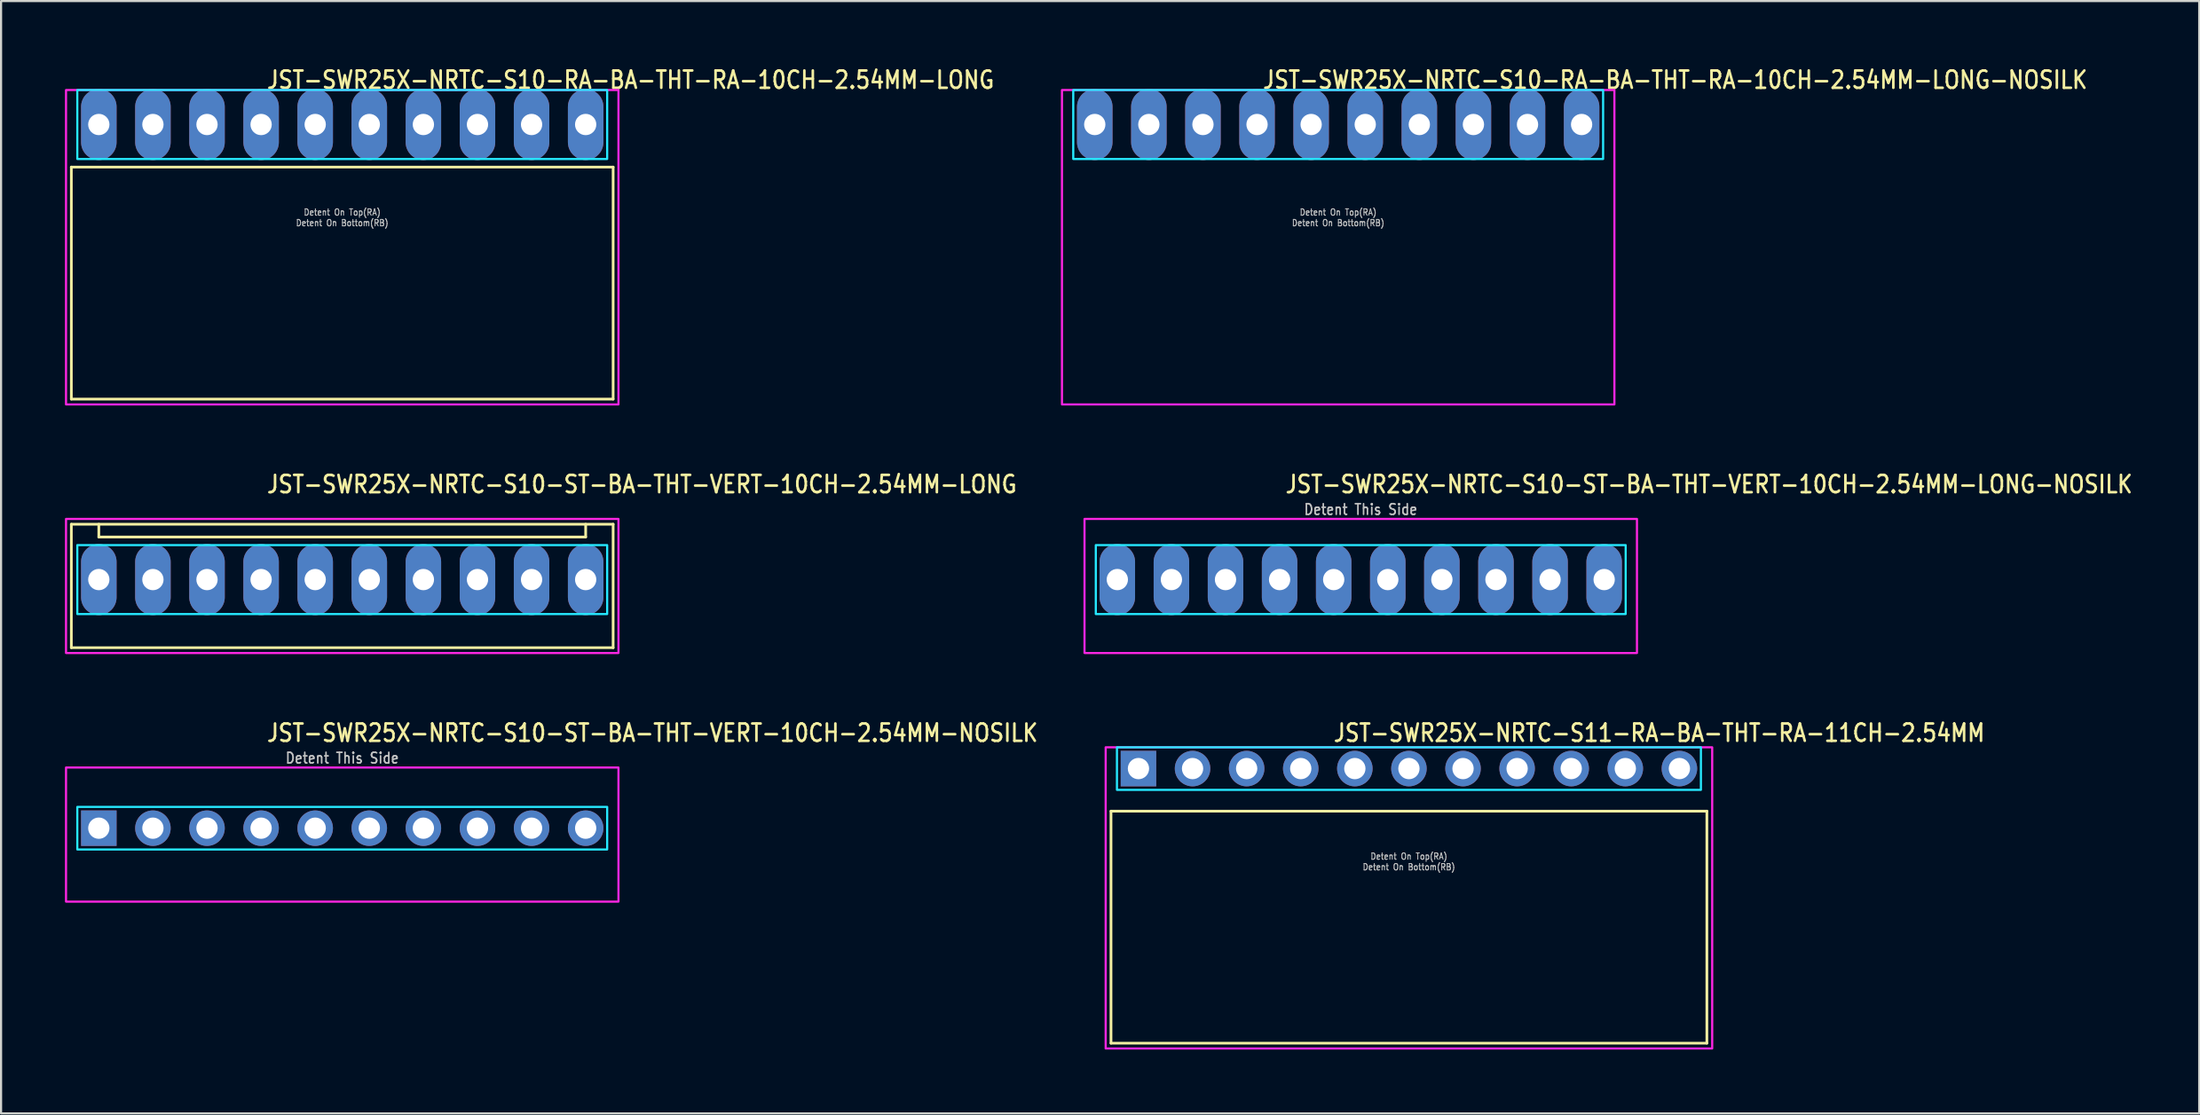
<source format=kicad_pcb>
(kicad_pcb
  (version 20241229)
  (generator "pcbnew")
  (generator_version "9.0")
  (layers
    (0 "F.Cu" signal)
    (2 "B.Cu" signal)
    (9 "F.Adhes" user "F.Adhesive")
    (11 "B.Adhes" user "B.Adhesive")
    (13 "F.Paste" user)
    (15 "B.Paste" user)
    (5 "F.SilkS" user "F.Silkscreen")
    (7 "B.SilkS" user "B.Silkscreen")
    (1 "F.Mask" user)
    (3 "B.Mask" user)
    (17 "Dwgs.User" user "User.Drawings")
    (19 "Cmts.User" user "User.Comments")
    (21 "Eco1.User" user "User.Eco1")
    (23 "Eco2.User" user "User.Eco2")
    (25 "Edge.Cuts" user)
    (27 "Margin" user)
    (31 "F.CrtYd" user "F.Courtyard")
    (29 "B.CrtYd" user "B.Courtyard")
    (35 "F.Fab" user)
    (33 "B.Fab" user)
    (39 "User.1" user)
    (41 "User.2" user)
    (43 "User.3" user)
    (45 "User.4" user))
  (footprint "JST-SWR25X-NRTC-S10-RA-BA-THT-RA-10CH-2.54MM-LONG"
    (layer "F.Cu")
    (at 13.02 2.799)
    (property "Reference" "JST-SWR25X-NRTC-S10-RA-BA-THT-RA-10CH-2.54MM-LONG" (at -3.6 -1.62 0) (unlocked yes) (layer "F.SilkS") (effects (font (size 0.813 0.695) (thickness 0.122)) (justify left bottom)))
    (fp_line (start -12.72 2) (end 12.72 2) (stroke (width 0.127) (type solid)) (layer "F.SilkS"))
    (fp_line (start -12.72 12.9) (end -12.72 2) (stroke (width 0.127) (type solid)) (layer "F.SilkS"))
    (fp_line (start -12.72 12.9) (end 12.72 12.9) (stroke (width 0.127) (type solid)) (layer "F.SilkS"))
    (fp_line (start 12.72 2) (end 12.72 12.9) (stroke (width 0.127) (type solid)) (layer "F.SilkS"))
    (fp_poly (pts (xy -12.44 -1.62) (xy -12.44 1.62) (xy 12.44 1.62) (xy 12.44 -1.62)) (stroke (width 0.1) (type solid)) (fill no) (layer "B.CrtYd"))
    (fp_poly (pts (xy -12.97 -1.62) (xy -12.97 13.15) (xy 12.97 13.15) (xy 12.97 -1.62)) (stroke (width 0.1) (type solid)) (fill no) (layer "F.CrtYd"))
    (fp_text user "Detent On Top(RA)" (at 0 4.3 0) (unlocked yes) (layer "Dwgs.User") (effects (font (size 0.3 0.257) (thickness 0.045)) (justify bottom)))
    (fp_text user "Detent On Bottom(RB)" (at 0 4.8 0) (unlocked yes) (layer "Dwgs.User") (effects (font (size 0.3 0.257) (thickness 0.045)) (justify bottom)))
    (pad "P$1" thru_hole oval (at -11.43 0 90) (size 3.333 1.667) (drill 1) (layers "*.Cu" "*.Mask"))
    (pad "P$2" thru_hole oval (at -8.89 0 90) (size 3.333 1.667) (drill 1) (layers "*.Cu" "*.Mask"))
    (pad "P$3" thru_hole oval (at -6.35 0 90) (size 3.333 1.667) (drill 1) (layers "*.Cu" "*.Mask"))
    (pad "P$4" thru_hole oval (at -3.81 0 90) (size 3.333 1.667) (drill 1) (layers "*.Cu" "*.Mask"))
    (pad "P$5" thru_hole oval (at -1.27 0 90) (size 3.333 1.667) (drill 1) (layers "*.Cu" "*.Mask"))
    (pad "P$6" thru_hole oval (at 1.27 0 90) (size 3.333 1.667) (drill 1) (layers "*.Cu" "*.Mask"))
    (pad "P$7" thru_hole oval (at 3.81 0 90) (size 3.333 1.667) (drill 1) (layers "*.Cu" "*.Mask"))
    (pad "P$8" thru_hole oval (at 6.35 0 90) (size 3.333 1.667) (drill 1) (layers "*.Cu" "*.Mask"))
    (pad "P$9" thru_hole oval (at 8.89 0 90) (size 3.333 1.667) (drill 1) (layers "*.Cu" "*.Mask"))
    (pad "P$10" thru_hole oval (at 11.43 0 90) (size 3.333 1.667) (drill 1) (layers "*.Cu" "*.Mask")))
  (footprint "JST-SWR25X-NRTC-S10-ST-BA-THT-VERT-10CH-2.54MM-LONG"
    (layer "F.Cu")
    (at 13.02 24.177)
    (property "Reference" "JST-SWR25X-NRTC-S10-ST-BA-THT-VERT-10CH-2.54MM-LONG" (at -3.6 -4 0) (unlocked yes) (layer "F.SilkS") (effects (font (size 0.813 0.695) (thickness 0.122)) (justify left bottom)))
    (fp_line (start -12.72 -2.6) (end 12.72 -2.6) (stroke (width 0.127) (type solid)) (layer "F.SilkS"))
    (fp_line (start -12.72 3.2) (end -12.72 -2.6) (stroke (width 0.127) (type solid)) (layer "F.SilkS"))
    (fp_line (start -12.72 3.2) (end 12.72 3.2) (stroke (width 0.127) (type solid)) (layer "F.SilkS"))
    (fp_line (start -11.43 -2.6) (end -11.43 -2) (stroke (width 0.127) (type solid)) (layer "F.SilkS"))
    (fp_line (start -11.43 -2) (end 11.43 -2) (stroke (width 0.127) (type solid)) (layer "F.SilkS"))
    (fp_line (start 11.43 -2.6) (end 11.43 -2) (stroke (width 0.127) (type solid)) (layer "F.SilkS"))
    (fp_line (start 12.72 -2.6) (end 12.72 3.2) (stroke (width 0.127) (type solid)) (layer "F.SilkS"))
    (fp_poly (pts (xy -12.44 -1.62) (xy -12.44 1.62) (xy 12.44 1.62) (xy 12.44 -1.62)) (stroke (width 0.1) (type solid)) (fill no) (layer "B.CrtYd"))
    (fp_poly (pts (xy -12.97 -2.85) (xy -12.97 3.45) (xy 12.97 3.45) (xy 12.97 -2.85)) (stroke (width 0.1) (type solid)) (fill no) (layer "F.CrtYd"))
    (pad "P$1" thru_hole oval (at -11.43 0 90) (size 3.333 1.667) (drill 1) (layers "*.Cu" "*.Mask"))
    (pad "P$2" thru_hole oval (at -8.89 0 90) (size 3.333 1.667) (drill 1) (layers "*.Cu" "*.Mask"))
    (pad "P$3" thru_hole oval (at -6.35 0 90) (size 3.333 1.667) (drill 1) (layers "*.Cu" "*.Mask"))
    (pad "P$4" thru_hole oval (at -3.81 0 90) (size 3.333 1.667) (drill 1) (layers "*.Cu" "*.Mask"))
    (pad "P$5" thru_hole oval (at -1.27 0 90) (size 3.333 1.667) (drill 1) (layers "*.Cu" "*.Mask"))
    (pad "P$6" thru_hole oval (at 1.27 0 90) (size 3.333 1.667) (drill 1) (layers "*.Cu" "*.Mask"))
    (pad "P$7" thru_hole oval (at 3.81 0 90) (size 3.333 1.667) (drill 1) (layers "*.Cu" "*.Mask"))
    (pad "P$8" thru_hole oval (at 6.35 0 90) (size 3.333 1.667) (drill 1) (layers "*.Cu" "*.Mask"))
    (pad "P$9" thru_hole oval (at 8.89 0 90) (size 3.333 1.667) (drill 1) (layers "*.Cu" "*.Mask"))
    (pad "P$10" thru_hole oval (at 11.43 0 90) (size 3.333 1.667) (drill 1) (layers "*.Cu" "*.Mask")))
  (footprint "JST-SWR25X-NRTC-S10-RA-BA-THT-RA-10CH-2.54MM-LONG-NOSILK"
    (layer "F.Cu")
    (at 59.785 2.799)
    (property "Reference" "JST-SWR25X-NRTC-S10-RA-BA-THT-RA-10CH-2.54MM-LONG-NOSILK" (at -3.6 -1.62 0) (unlocked yes) (layer "F.SilkS") (effects (font (size 0.813 0.695) (thickness 0.122)) (justify left bottom)))
    (fp_poly (pts (xy -12.44 -1.62) (xy -12.44 1.62) (xy 12.44 1.62) (xy 12.44 -1.62)) (stroke (width 0.1) (type solid)) (fill no) (layer "B.CrtYd"))
    (fp_poly (pts (xy -12.97 -1.62) (xy -12.97 13.15) (xy 12.97 13.15) (xy 12.97 -1.62)) (stroke (width 0.1) (type solid)) (fill no) (layer "F.CrtYd"))
    (fp_text user "Detent On Bottom(RB)" (at 0 4.8 0) (unlocked yes) (layer "Dwgs.User") (effects (font (size 0.3 0.257) (thickness 0.045)) (justify bottom)))
    (fp_text user "Detent On Top(RA)" (at 0 4.3 0) (unlocked yes) (layer "Dwgs.User") (effects (font (size 0.3 0.257) (thickness 0.045)) (justify bottom)))
    (pad "P$1" thru_hole oval (at -11.43 0 90) (size 3.333 1.667) (drill 1) (layers "*.Cu" "*.Mask"))
    (pad "P$2" thru_hole oval (at -8.89 0 90) (size 3.333 1.667) (drill 1) (layers "*.Cu" "*.Mask"))
    (pad "P$3" thru_hole oval (at -6.35 0 90) (size 3.333 1.667) (drill 1) (layers "*.Cu" "*.Mask"))
    (pad "P$4" thru_hole oval (at -3.81 0 90) (size 3.333 1.667) (drill 1) (layers "*.Cu" "*.Mask"))
    (pad "P$5" thru_hole oval (at -1.27 0 90) (size 3.333 1.667) (drill 1) (layers "*.Cu" "*.Mask"))
    (pad "P$6" thru_hole oval (at 1.27 0 90) (size 3.333 1.667) (drill 1) (layers "*.Cu" "*.Mask"))
    (pad "P$7" thru_hole oval (at 3.81 0 90) (size 3.333 1.667) (drill 1) (layers "*.Cu" "*.Mask"))
    (pad "P$8" thru_hole oval (at 6.35 0 90) (size 3.333 1.667) (drill 1) (layers "*.Cu" "*.Mask"))
    (pad "P$9" thru_hole oval (at 8.89 0 90) (size 3.333 1.667) (drill 1) (layers "*.Cu" "*.Mask"))
    (pad "P$10" thru_hole oval (at 11.43 0 90) (size 3.333 1.667) (drill 1) (layers "*.Cu" "*.Mask")))
  (footprint "JST-SWR25X-NRTC-S10-ST-BA-THT-VERT-10CH-2.54MM-LONG-NOSILK"
    (layer "F.Cu")
    (at 60.844 24.177)
    (property "Reference" "JST-SWR25X-NRTC-S10-ST-BA-THT-VERT-10CH-2.54MM-LONG-NOSILK" (at -3.6 -4 0) (unlocked yes) (layer "F.SilkS") (effects (font (size 0.813 0.695) (thickness 0.122)) (justify left bottom)))
    (fp_poly (pts (xy -12.44 -1.62) (xy -12.44 1.62) (xy 12.44 1.62) (xy 12.44 -1.62)) (stroke (width 0.1) (type solid)) (fill no) (layer "B.CrtYd"))
    (fp_poly (pts (xy -12.97 -2.85) (xy -12.97 3.45) (xy 12.97 3.45) (xy 12.97 -2.85)) (stroke (width 0.1) (type solid)) (fill no) (layer "F.CrtYd"))
    (fp_text user "Detent This Side" (at 0 -3 0) (unlocked yes) (layer "Dwgs.User") (effects (font (size 0.5 0.427) (thickness 0.075)) (justify bottom)))
    (pad "P$1" thru_hole oval (at -11.43 0 90) (size 3.333 1.667) (drill 1) (layers "*.Cu" "*.Mask"))
    (pad "P$2" thru_hole oval (at -8.89 0 90) (size 3.333 1.667) (drill 1) (layers "*.Cu" "*.Mask"))
    (pad "P$3" thru_hole oval (at -6.35 0 90) (size 3.333 1.667) (drill 1) (layers "*.Cu" "*.Mask"))
    (pad "P$4" thru_hole oval (at -3.81 0 90) (size 3.333 1.667) (drill 1) (layers "*.Cu" "*.Mask"))
    (pad "P$5" thru_hole oval (at -1.27 0 90) (size 3.333 1.667) (drill 1) (layers "*.Cu" "*.Mask"))
    (pad "P$6" thru_hole oval (at 1.27 0 90) (size 3.333 1.667) (drill 1) (layers "*.Cu" "*.Mask"))
    (pad "P$7" thru_hole oval (at 3.81 0 90) (size 3.333 1.667) (drill 1) (layers "*.Cu" "*.Mask"))
    (pad "P$8" thru_hole oval (at 6.35 0 90) (size 3.333 1.667) (drill 1) (layers "*.Cu" "*.Mask"))
    (pad "P$9" thru_hole oval (at 8.89 0 90) (size 3.333 1.667) (drill 1) (layers "*.Cu" "*.Mask"))
    (pad "P$10" thru_hole oval (at 11.43 0 90) (size 3.333 1.667) (drill 1) (layers "*.Cu" "*.Mask")))
  (footprint "JST-SWR25X-NRTC-S11-RA-BA-THT-RA-11CH-2.54MM"
    (layer "F.Cu")
    (at 63.107 33.056)
    (property "Reference" "JST-SWR25X-NRTC-S11-RA-BA-THT-RA-11CH-2.54MM" (at -3.6 -1.2 0) (unlocked yes) (layer "F.SilkS") (effects (font (size 0.813 0.695) (thickness 0.122)) (justify left bottom)))
    (fp_line (start -13.99 2) (end 13.99 2) (stroke (width 0.127) (type solid)) (layer "F.SilkS"))
    (fp_line (start -13.99 12.9) (end -13.99 2) (stroke (width 0.127) (type solid)) (layer "F.SilkS"))
    (fp_line (start -13.99 12.9) (end 13.99 12.9) (stroke (width 0.127) (type solid)) (layer "F.SilkS"))
    (fp_line (start 13.99 2) (end 13.99 12.9) (stroke (width 0.127) (type solid)) (layer "F.SilkS"))
    (fp_poly (pts (xy -13.71 -1) (xy -13.71 1) (xy 13.71 1) (xy 13.71 -1)) (stroke (width 0.1) (type solid)) (fill no) (layer "B.CrtYd"))
    (fp_poly (pts (xy -14.24 -1) (xy -14.24 13.15) (xy 14.24 13.15) (xy 14.24 -1)) (stroke (width 0.1) (type solid)) (fill no) (layer "F.CrtYd"))
    (fp_text user "Detent On Top(RA)" (at 0 4.3 0) (unlocked yes) (layer "Dwgs.User") (effects (font (size 0.3 0.257) (thickness 0.045)) (justify bottom)))
    (fp_text user "Detent On Bottom(RB)" (at 0 4.8 0) (unlocked yes) (layer "Dwgs.User") (effects (font (size 0.3 0.257) (thickness 0.045)) (justify bottom)))
    (pad "P$1" thru_hole rect (at -12.7 0) (size 1.667 1.667) (drill 1) (layers "*.Cu" "*.Mask"))
    (pad "P$2" thru_hole oval (at -10.16 0) (size 1.667 1.667) (drill 1) (layers "*.Cu" "*.Mask"))
    (pad "P$3" thru_hole oval (at -7.62 0) (size 1.667 1.667) (drill 1) (layers "*.Cu" "*.Mask"))
    (pad "P$4" thru_hole oval (at -5.08 0) (size 1.667 1.667) (drill 1) (layers "*.Cu" "*.Mask"))
    (pad "P$5" thru_hole oval (at -2.54 0) (size 1.667 1.667) (drill 1) (layers "*.Cu" "*.Mask"))
    (pad "P$6" thru_hole oval (at 0 0) (size 1.667 1.667) (drill 1) (layers "*.Cu" "*.Mask"))
    (pad "P$7" thru_hole oval (at 2.54 0) (size 1.667 1.667) (drill 1) (layers "*.Cu" "*.Mask"))
    (pad "P$8" thru_hole oval (at 5.08 0) (size 1.667 1.667) (drill 1) (layers "*.Cu" "*.Mask"))
    (pad "P$9" thru_hole oval (at 7.62 0) (size 1.667 1.667) (drill 1) (layers "*.Cu" "*.Mask"))
    (pad "P$10" thru_hole oval (at 10.16 0) (size 1.667 1.667) (drill 1) (layers "*.Cu" "*.Mask"))
    (pad "P$11" thru_hole oval (at 12.7 0) (size 1.667 1.667) (drill 1) (layers "*.Cu" "*.Mask")))
  (footprint "JST-SWR25X-NRTC-S10-ST-BA-THT-VERT-10CH-2.54MM-NOSILK"
    (layer "F.Cu")
    (at 13.02 35.856)
    (property "Reference" "JST-SWR25X-NRTC-S10-ST-BA-THT-VERT-10CH-2.54MM-NOSILK" (at -3.6 -4 0) (unlocked yes) (layer "F.SilkS") (effects (font (size 0.813 0.695) (thickness 0.122)) (justify left bottom)))
    (fp_poly (pts (xy -12.44 -1) (xy -12.44 1) (xy 12.44 1) (xy 12.44 -1)) (stroke (width 0.1) (type solid)) (fill no) (layer "B.CrtYd"))
    (fp_poly (pts (xy -12.97 -2.85) (xy -12.97 3.45) (xy 12.97 3.45) (xy 12.97 -2.85)) (stroke (width 0.1) (type solid)) (fill no) (layer "F.CrtYd"))
    (fp_text user "Detent This Side" (at 0 -3 0) (unlocked yes) (layer "Dwgs.User") (effects (font (size 0.5 0.427) (thickness 0.075)) (justify bottom)))
    (pad "P$1" thru_hole rect (at -11.43 0) (size 1.667 1.667) (drill 1) (layers "*.Cu" "*.Mask"))
    (pad "P$2" thru_hole oval (at -8.89 0) (size 1.667 1.667) (drill 1) (layers "*.Cu" "*.Mask"))
    (pad "P$3" thru_hole oval (at -6.35 0) (size 1.667 1.667) (drill 1) (layers "*.Cu" "*.Mask"))
    (pad "P$4" thru_hole oval (at -3.81 0) (size 1.667 1.667) (drill 1) (layers "*.Cu" "*.Mask"))
    (pad "P$5" thru_hole oval (at -1.27 0) (size 1.667 1.667) (drill 1) (layers "*.Cu" "*.Mask"))
    (pad "P$6" thru_hole oval (at 1.27 0) (size 1.667 1.667) (drill 1) (layers "*.Cu" "*.Mask"))
    (pad "P$7" thru_hole oval (at 3.81 0) (size 1.667 1.667) (drill 1) (layers "*.Cu" "*.Mask"))
    (pad "P$8" thru_hole oval (at 6.35 0) (size 1.667 1.667) (drill 1) (layers "*.Cu" "*.Mask"))
    (pad "P$9" thru_hole oval (at 8.89 0) (size 1.667 1.667) (drill 1) (layers "*.Cu" "*.Mask"))
    (pad "P$10" thru_hole oval (at 11.43 0) (size 1.667 1.667) (drill 1) (layers "*.Cu" "*.Mask")))
  (gr_rect
    (start -3 -3)
    (end 100.215 49.256)
    (stroke (width 0.1) (type default))
    (fill no)
    (layer "Edge.Cuts")))
</source>
